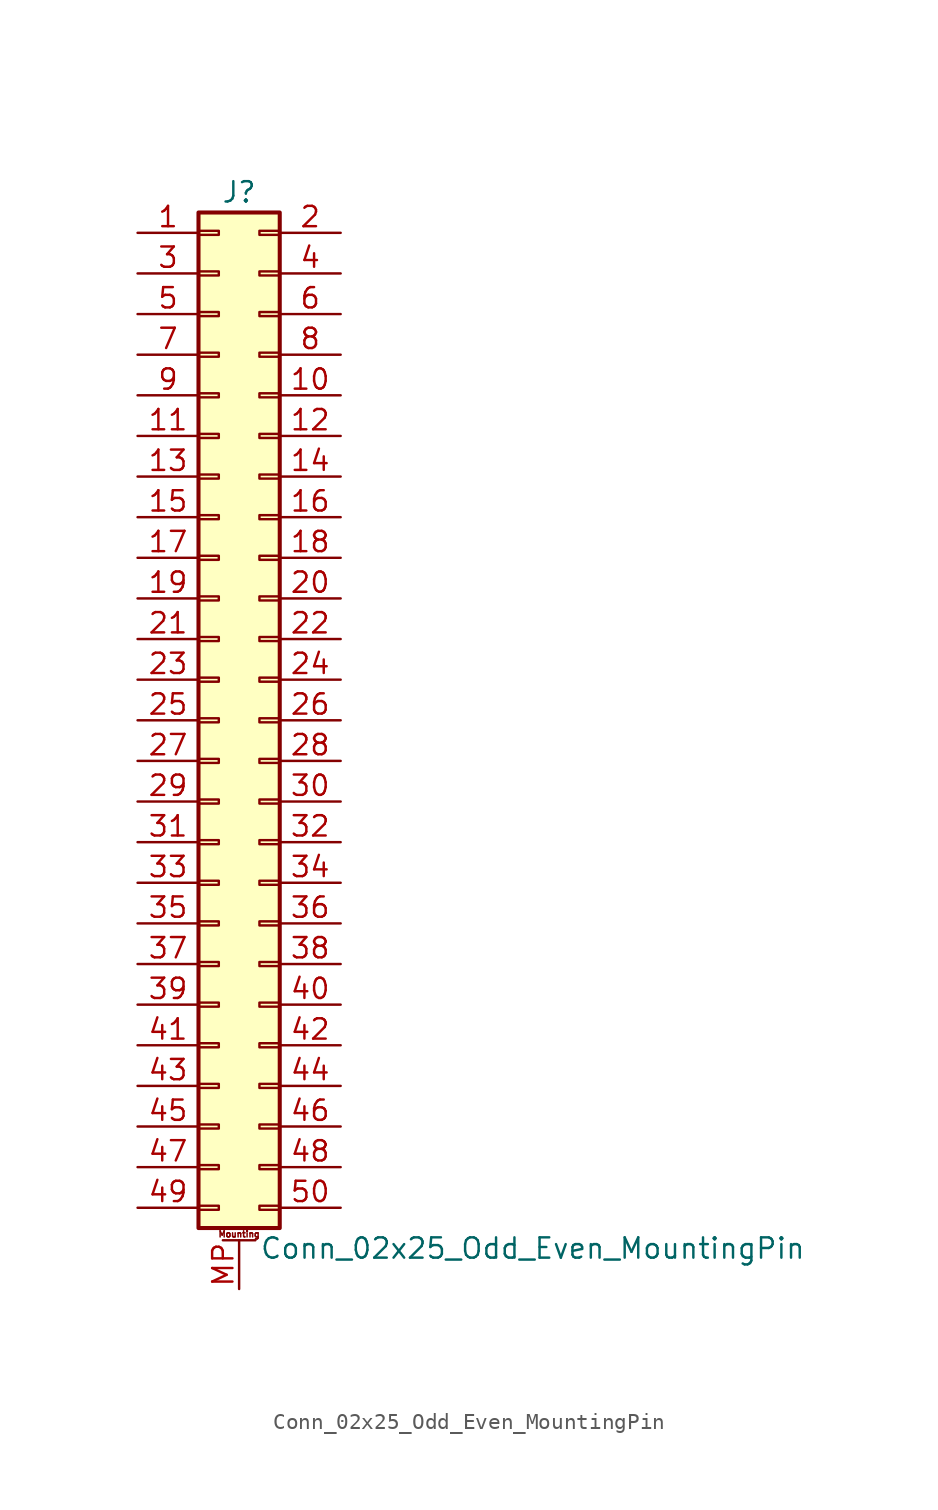
<source format=kicad_sym>
(kicad_symbol_lib
  (version 20201005)
  (generator kicad_symbol_editor)
  (symbol "Conn_02x25_Odd_Even_MountingPin"
    (pin_names
      (offset 1.016) hide)
    (property "Reference" "J"
      (at 1.27 33.02 0)
      (effects (font (size 1.27 1.27))))
    (property "Value" "Conn_02x25_Odd_Even_MountingPin"
      (at 2.54 -33.02 0)
      (effects (font (size 1.27 1.27)) (justify left)))
    (symbol "Conn_02x25_Odd_Even_MountingPin_1_1"
      (text "Mounting" (at 1.27 -32.131 0) (effects (font (size 0.381 0.381))))
      (rectangle (start -1.27 -30.353) (end 0 -30.607) (stroke (width 0.152)) (fill (type none)))
      (rectangle (start -1.27 -27.813) (end 0 -28.067) (stroke (width 0.152)) (fill (type none)))
      (rectangle (start -1.27 -25.273) (end 0 -25.527) (stroke (width 0.152)) (fill (type none)))
      (rectangle (start -1.27 -22.733) (end 0 -22.987) (stroke (width 0.152)) (fill (type none)))
      (rectangle (start -1.27 -20.193) (end 0 -20.447) (stroke (width 0.152)) (fill (type none)))
      (rectangle (start -1.27 -17.653) (end 0 -17.907) (stroke (width 0.152)) (fill (type none)))
      (rectangle (start -1.27 -15.113) (end 0 -15.367) (stroke (width 0.152)) (fill (type none)))
      (rectangle (start -1.27 -12.573) (end 0 -12.827) (stroke (width 0.152)) (fill (type none)))
      (rectangle (start -1.27 -10.033) (end 0 -10.287) (stroke (width 0.152)) (fill (type none)))
      (rectangle (start -1.27 -7.493) (end 0 -7.747) (stroke (width 0.152)) (fill (type none)))
      (rectangle (start -1.27 -4.953) (end 0 -5.207) (stroke (width 0.152)) (fill (type none)))
      (rectangle (start -1.27 -2.413) (end 0 -2.667) (stroke (width 0.152)) (fill (type none)))
      (rectangle (start -1.27 0.127) (end 0 -0.127) (stroke (width 0.152)) (fill (type none)))
      (rectangle (start -1.27 2.667) (end 0 2.413) (stroke (width 0.152)) (fill (type none)))
      (rectangle (start -1.27 5.207) (end 0 4.953) (stroke (width 0.152)) (fill (type none)))
      (rectangle (start -1.27 7.747) (end 0 7.493) (stroke (width 0.152)) (fill (type none)))
      (rectangle (start -1.27 10.287) (end 0 10.033) (stroke (width 0.152)) (fill (type none)))
      (rectangle (start -1.27 12.827) (end 0 12.573) (stroke (width 0.152)) (fill (type none)))
      (rectangle (start -1.27 15.367) (end 0 15.113) (stroke (width 0.152)) (fill (type none)))
      (rectangle (start -1.27 17.907) (end 0 17.653) (stroke (width 0.152)) (fill (type none)))
      (rectangle (start -1.27 20.447) (end 0 20.193) (stroke (width 0.152)) (fill (type none)))
      (rectangle (start -1.27 22.987) (end 0 22.733) (stroke (width 0.152)) (fill (type none)))
      (rectangle (start -1.27 25.527) (end 0 25.273) (stroke (width 0.152)) (fill (type none)))
      (rectangle (start -1.27 28.067) (end 0 27.813) (stroke (width 0.152)) (fill (type none)))
      (rectangle (start -1.27 30.607) (end 0 30.353) (stroke (width 0.152)) (fill (type none)))
      (rectangle (start -1.27 31.75) (end 3.81 -31.75) (stroke (width 0.254)) (fill (type background)))
      (rectangle (start 3.81 -30.353) (end 2.54 -30.607) (stroke (width 0.152)) (fill (type none)))
      (rectangle (start 3.81 -27.813) (end 2.54 -28.067) (stroke (width 0.152)) (fill (type none)))
      (rectangle (start 3.81 -25.273) (end 2.54 -25.527) (stroke (width 0.152)) (fill (type none)))
      (rectangle (start 3.81 -22.733) (end 2.54 -22.987) (stroke (width 0.152)) (fill (type none)))
      (rectangle (start 3.81 -20.193) (end 2.54 -20.447) (stroke (width 0.152)) (fill (type none)))
      (rectangle (start 3.81 -17.653) (end 2.54 -17.907) (stroke (width 0.152)) (fill (type none)))
      (rectangle (start 3.81 -15.113) (end 2.54 -15.367) (stroke (width 0.152)) (fill (type none)))
      (rectangle (start 3.81 -12.573) (end 2.54 -12.827) (stroke (width 0.152)) (fill (type none)))
      (rectangle (start 3.81 -10.033) (end 2.54 -10.287) (stroke (width 0.152)) (fill (type none)))
      (rectangle (start 3.81 -7.493) (end 2.54 -7.747) (stroke (width 0.152)) (fill (type none)))
      (rectangle (start 3.81 -4.953) (end 2.54 -5.207) (stroke (width 0.152)) (fill (type none)))
      (rectangle (start 3.81 -2.413) (end 2.54 -2.667) (stroke (width 0.152)) (fill (type none)))
      (rectangle (start 3.81 0.127) (end 2.54 -0.127) (stroke (width 0.152)) (fill (type none)))
      (rectangle (start 3.81 2.667) (end 2.54 2.413) (stroke (width 0.152)) (fill (type none)))
      (rectangle (start 3.81 5.207) (end 2.54 4.953) (stroke (width 0.152)) (fill (type none)))
      (rectangle (start 3.81 7.747) (end 2.54 7.493) (stroke (width 0.152)) (fill (type none)))
      (rectangle (start 3.81 10.287) (end 2.54 10.033) (stroke (width 0.152)) (fill (type none)))
      (rectangle (start 3.81 12.827) (end 2.54 12.573) (stroke (width 0.152)) (fill (type none)))
      (rectangle (start 3.81 15.367) (end 2.54 15.113) (stroke (width 0.152)) (fill (type none)))
      (rectangle (start 3.81 17.907) (end 2.54 17.653) (stroke (width 0.152)) (fill (type none)))
      (rectangle (start 3.81 20.447) (end 2.54 20.193) (stroke (width 0.152)) (fill (type none)))
      (rectangle (start 3.81 22.987) (end 2.54 22.733) (stroke (width 0.152)) (fill (type none)))
      (rectangle (start 3.81 25.527) (end 2.54 25.273) (stroke (width 0.152)) (fill (type none)))
      (rectangle (start 3.81 28.067) (end 2.54 27.813) (stroke (width 0.152)) (fill (type none)))
      (rectangle (start 3.81 30.607) (end 2.54 30.353) (stroke (width 0.152)) (fill (type none)))
      (polyline (pts (xy 0.254 -32.512) (xy 2.286 -32.512)) (stroke (width 0.152)) (fill (type none)))
      (pin passive line (at -5.08 30.48 0) (length 3.81) (name "Pin_1" (effects (font (size 1.27 1.27)))) (number "1" (effects (font (size 1.27 1.27)))))
      (pin passive line (at 7.62 20.32 180) (length 3.81) (name "Pin_10" (effects (font (size 1.27 1.27)))) (number "10" (effects (font (size 1.27 1.27)))))
      (pin passive line (at -5.08 17.78 0) (length 3.81) (name "Pin_11" (effects (font (size 1.27 1.27)))) (number "11" (effects (font (size 1.27 1.27)))))
      (pin passive line (at 7.62 17.78 180) (length 3.81) (name "Pin_12" (effects (font (size 1.27 1.27)))) (number "12" (effects (font (size 1.27 1.27)))))
      (pin passive line (at -5.08 15.24 0) (length 3.81) (name "Pin_13" (effects (font (size 1.27 1.27)))) (number "13" (effects (font (size 1.27 1.27)))))
      (pin passive line (at 7.62 15.24 180) (length 3.81) (name "Pin_14" (effects (font (size 1.27 1.27)))) (number "14" (effects (font (size 1.27 1.27)))))
      (pin passive line (at -5.08 12.7 0) (length 3.81) (name "Pin_15" (effects (font (size 1.27 1.27)))) (number "15" (effects (font (size 1.27 1.27)))))
      (pin passive line (at 7.62 12.7 180) (length 3.81) (name "Pin_16" (effects (font (size 1.27 1.27)))) (number "16" (effects (font (size 1.27 1.27)))))
      (pin passive line (at -5.08 10.16 0) (length 3.81) (name "Pin_17" (effects (font (size 1.27 1.27)))) (number "17" (effects (font (size 1.27 1.27)))))
      (pin passive line (at 7.62 10.16 180) (length 3.81) (name "Pin_18" (effects (font (size 1.27 1.27)))) (number "18" (effects (font (size 1.27 1.27)))))
      (pin passive line (at -5.08 7.62 0) (length 3.81) (name "Pin_19" (effects (font (size 1.27 1.27)))) (number "19" (effects (font (size 1.27 1.27)))))
      (pin passive line (at 7.62 30.48 180) (length 3.81) (name "Pin_2" (effects (font (size 1.27 1.27)))) (number "2" (effects (font (size 1.27 1.27)))))
      (pin passive line (at 7.62 7.62 180) (length 3.81) (name "Pin_20" (effects (font (size 1.27 1.27)))) (number "20" (effects (font (size 1.27 1.27)))))
      (pin passive line (at -5.08 5.08 0) (length 3.81) (name "Pin_21" (effects (font (size 1.27 1.27)))) (number "21" (effects (font (size 1.27 1.27)))))
      (pin passive line (at 7.62 5.08 180) (length 3.81) (name "Pin_22" (effects (font (size 1.27 1.27)))) (number "22" (effects (font (size 1.27 1.27)))))
      (pin passive line (at -5.08 2.54 0) (length 3.81) (name "Pin_23" (effects (font (size 1.27 1.27)))) (number "23" (effects (font (size 1.27 1.27)))))
      (pin passive line (at 7.62 2.54 180) (length 3.81) (name "Pin_24" (effects (font (size 1.27 1.27)))) (number "24" (effects (font (size 1.27 1.27)))))
      (pin passive line (at -5.08 0 0) (length 3.81) (name "Pin_25" (effects (font (size 1.27 1.27)))) (number "25" (effects (font (size 1.27 1.27)))))
      (pin passive line (at 7.62 0 180) (length 3.81) (name "Pin_26" (effects (font (size 1.27 1.27)))) (number "26" (effects (font (size 1.27 1.27)))))
      (pin passive line (at -5.08 -2.54 0) (length 3.81) (name "Pin_27" (effects (font (size 1.27 1.27)))) (number "27" (effects (font (size 1.27 1.27)))))
      (pin passive line (at 7.62 -2.54 180) (length 3.81) (name "Pin_28" (effects (font (size 1.27 1.27)))) (number "28" (effects (font (size 1.27 1.27)))))
      (pin passive line (at -5.08 -5.08 0) (length 3.81) (name "Pin_29" (effects (font (size 1.27 1.27)))) (number "29" (effects (font (size 1.27 1.27)))))
      (pin passive line (at -5.08 27.94 0) (length 3.81) (name "Pin_3" (effects (font (size 1.27 1.27)))) (number "3" (effects (font (size 1.27 1.27)))))
      (pin passive line (at 7.62 -5.08 180) (length 3.81) (name "Pin_30" (effects (font (size 1.27 1.27)))) (number "30" (effects (font (size 1.27 1.27)))))
      (pin passive line (at -5.08 -7.62 0) (length 3.81) (name "Pin_31" (effects (font (size 1.27 1.27)))) (number "31" (effects (font (size 1.27 1.27)))))
      (pin passive line (at 7.62 -7.62 180) (length 3.81) (name "Pin_32" (effects (font (size 1.27 1.27)))) (number "32" (effects (font (size 1.27 1.27)))))
      (pin passive line (at -5.08 -10.16 0) (length 3.81) (name "Pin_33" (effects (font (size 1.27 1.27)))) (number "33" (effects (font (size 1.27 1.27)))))
      (pin passive line (at 7.62 -10.16 180) (length 3.81) (name "Pin_34" (effects (font (size 1.27 1.27)))) (number "34" (effects (font (size 1.27 1.27)))))
      (pin passive line (at -5.08 -12.7 0) (length 3.81) (name "Pin_35" (effects (font (size 1.27 1.27)))) (number "35" (effects (font (size 1.27 1.27)))))
      (pin passive line (at 7.62 -12.7 180) (length 3.81) (name "Pin_36" (effects (font (size 1.27 1.27)))) (number "36" (effects (font (size 1.27 1.27)))))
      (pin passive line (at -5.08 -15.24 0) (length 3.81) (name "Pin_37" (effects (font (size 1.27 1.27)))) (number "37" (effects (font (size 1.27 1.27)))))
      (pin passive line (at 7.62 -15.24 180) (length 3.81) (name "Pin_38" (effects (font (size 1.27 1.27)))) (number "38" (effects (font (size 1.27 1.27)))))
      (pin passive line (at -5.08 -17.78 0) (length 3.81) (name "Pin_39" (effects (font (size 1.27 1.27)))) (number "39" (effects (font (size 1.27 1.27)))))
      (pin passive line (at 7.62 27.94 180) (length 3.81) (name "Pin_4" (effects (font (size 1.27 1.27)))) (number "4" (effects (font (size 1.27 1.27)))))
      (pin passive line (at 7.62 -17.78 180) (length 3.81) (name "Pin_40" (effects (font (size 1.27 1.27)))) (number "40" (effects (font (size 1.27 1.27)))))
      (pin passive line (at -5.08 -20.32 0) (length 3.81) (name "Pin_41" (effects (font (size 1.27 1.27)))) (number "41" (effects (font (size 1.27 1.27)))))
      (pin passive line (at 7.62 -20.32 180) (length 3.81) (name "Pin_42" (effects (font (size 1.27 1.27)))) (number "42" (effects (font (size 1.27 1.27)))))
      (pin passive line (at -5.08 -22.86 0) (length 3.81) (name "Pin_43" (effects (font (size 1.27 1.27)))) (number "43" (effects (font (size 1.27 1.27)))))
      (pin passive line (at 7.62 -22.86 180) (length 3.81) (name "Pin_44" (effects (font (size 1.27 1.27)))) (number "44" (effects (font (size 1.27 1.27)))))
      (pin passive line (at -5.08 -25.4 0) (length 3.81) (name "Pin_45" (effects (font (size 1.27 1.27)))) (number "45" (effects (font (size 1.27 1.27)))))
      (pin passive line (at 7.62 -25.4 180) (length 3.81) (name "Pin_46" (effects (font (size 1.27 1.27)))) (number "46" (effects (font (size 1.27 1.27)))))
      (pin passive line (at -5.08 -27.94 0) (length 3.81) (name "Pin_47" (effects (font (size 1.27 1.27)))) (number "47" (effects (font (size 1.27 1.27)))))
      (pin passive line (at 7.62 -27.94 180) (length 3.81) (name "Pin_48" (effects (font (size 1.27 1.27)))) (number "48" (effects (font (size 1.27 1.27)))))
      (pin passive line (at -5.08 -30.48 0) (length 3.81) (name "Pin_49" (effects (font (size 1.27 1.27)))) (number "49" (effects (font (size 1.27 1.27)))))
      (pin passive line (at -5.08 25.4 0) (length 3.81) (name "Pin_5" (effects (font (size 1.27 1.27)))) (number "5" (effects (font (size 1.27 1.27)))))
      (pin passive line (at 7.62 -30.48 180) (length 3.81) (name "Pin_50" (effects (font (size 1.27 1.27)))) (number "50" (effects (font (size 1.27 1.27)))))
      (pin passive line (at 7.62 25.4 180) (length 3.81) (name "Pin_6" (effects (font (size 1.27 1.27)))) (number "6" (effects (font (size 1.27 1.27)))))
      (pin passive line (at -5.08 22.86 0) (length 3.81) (name "Pin_7" (effects (font (size 1.27 1.27)))) (number "7" (effects (font (size 1.27 1.27)))))
      (pin passive line (at 7.62 22.86 180) (length 3.81) (name "Pin_8" (effects (font (size 1.27 1.27)))) (number "8" (effects (font (size 1.27 1.27)))))
      (pin passive line (at -5.08 20.32 0) (length 3.81) (name "Pin_9" (effects (font (size 1.27 1.27)))) (number "9" (effects (font (size 1.27 1.27)))))
      (pin passive line (at 1.27 -35.56 90) (length 3.048) (name "MountPin" (effects (font (size 1.27 1.27)))) (number "MP" (effects (font (size 1.27 1.27))))))))
</source>
